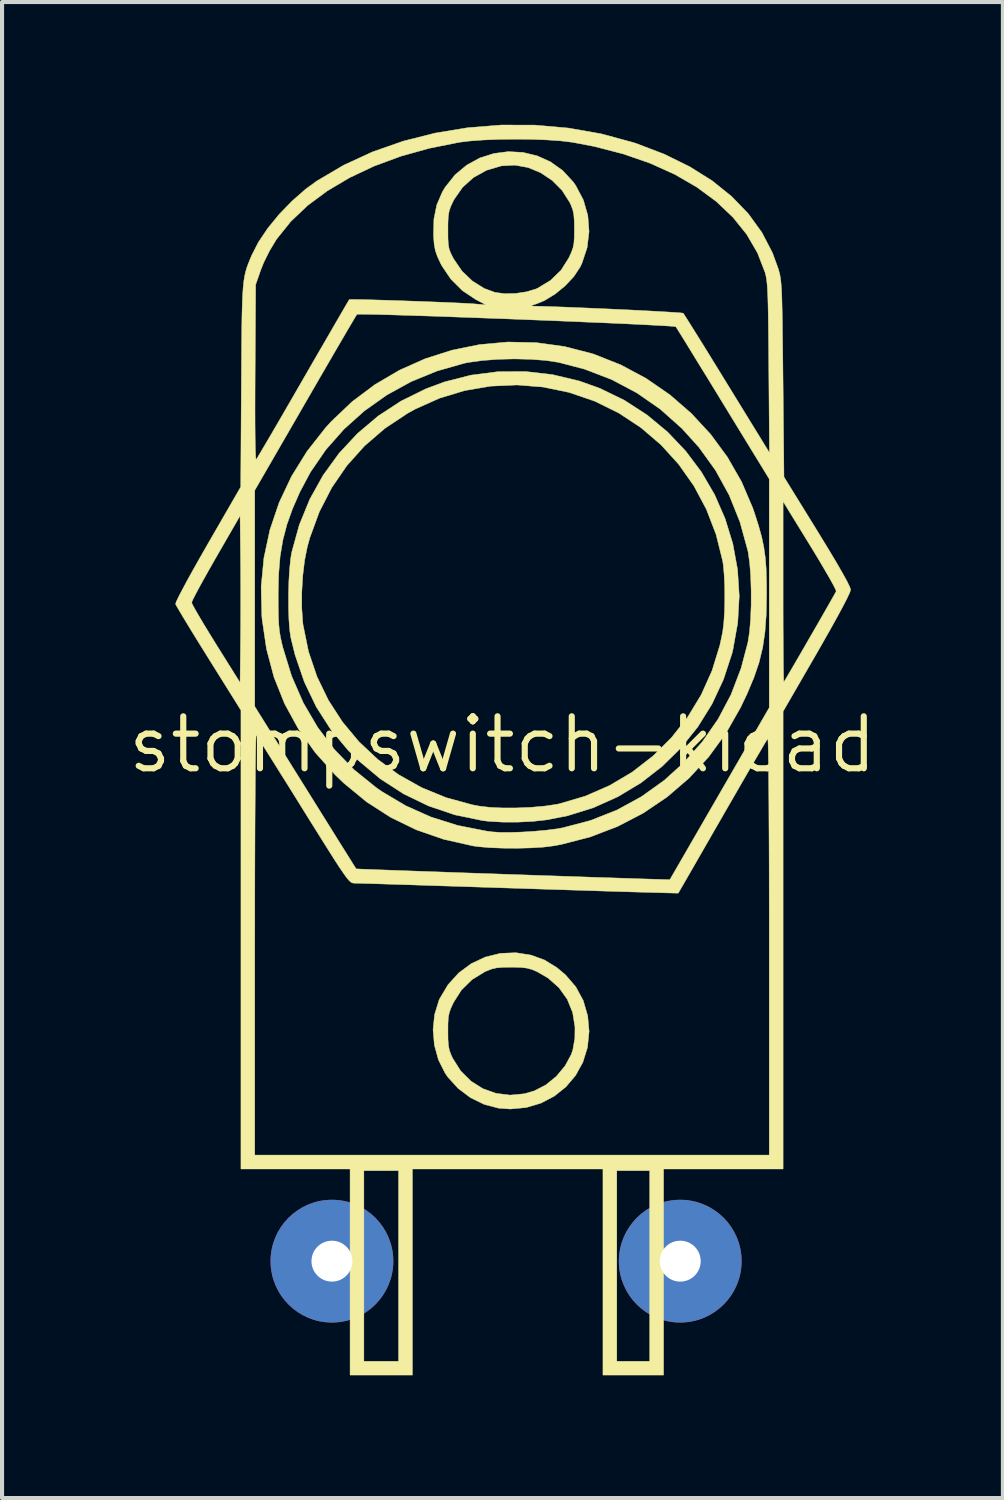
<source format=kicad_pcb>
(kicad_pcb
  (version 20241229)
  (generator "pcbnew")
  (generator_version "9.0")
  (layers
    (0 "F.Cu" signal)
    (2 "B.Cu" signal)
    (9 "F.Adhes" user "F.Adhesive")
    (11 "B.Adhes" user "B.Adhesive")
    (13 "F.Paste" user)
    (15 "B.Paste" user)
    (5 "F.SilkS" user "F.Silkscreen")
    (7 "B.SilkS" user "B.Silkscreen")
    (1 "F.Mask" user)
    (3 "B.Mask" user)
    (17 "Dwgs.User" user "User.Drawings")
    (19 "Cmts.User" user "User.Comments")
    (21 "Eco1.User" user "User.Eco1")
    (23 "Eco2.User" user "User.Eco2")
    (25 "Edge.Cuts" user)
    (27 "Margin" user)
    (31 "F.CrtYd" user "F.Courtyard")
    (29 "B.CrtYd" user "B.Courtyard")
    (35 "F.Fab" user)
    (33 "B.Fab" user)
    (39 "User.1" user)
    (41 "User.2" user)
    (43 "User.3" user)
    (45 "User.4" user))
  (footprint "stompswitch-kicad"
    (layer "F.Cu")
    (at 9.23 15.146)
    (property "Reference" "stompswitch-kicad" (at 0 0 0) (layer "F.SilkS") (effects (font (size 1.27 1.27) (thickness 0.15))))
    (attr through_hole)
    (fp_poly (pts (xy 0.7 5.146) (xy 1.025 5.264) (xy 1.327 5.449) (xy 1.538 5.626) (xy 1.791 5.919) (xy 1.974 6.257) (xy 2.083 6.632) (xy 2.117 7.011) (xy 2.077 7.402) (xy 1.965 7.763) (xy 1.787 8.086) (xy 1.551 8.365) (xy 1.266 8.593) (xy 0.939 8.764) (xy 0.579 8.871) (xy 0.192 8.907) (xy -0.097 8.886) (xy -0.447 8.794) (xy -0.782 8.63) (xy -1.084 8.403) (xy -1.336 8.126) (xy -1.399 8.035) (xy -1.565 7.706) (xy -1.665 7.343) (xy -1.693 7.006) (xy -1.333 7.006) (xy -1.331 7.211) (xy -1.32 7.358) (xy -1.297 7.474) (xy -1.255 7.585) (xy -1.214 7.672) (xy -1.02 7.978) (xy -0.772 8.224) (xy -0.482 8.408) (xy -0.16 8.523) (xy 0.182 8.567) (xy 0.533 8.534) (xy 0.775 8.464) (xy 1.059 8.318) (xy 1.316 8.109) (xy 1.529 7.854) (xy 1.681 7.573) (xy 1.719 7.461) (xy 1.768 7.185) (xy 1.772 6.906) (xy 1.715 6.549) (xy 1.583 6.225) (xy 1.38 5.941) (xy 1.111 5.704) (xy 0.847 5.551) (xy 0.719 5.497) (xy 0.598 5.464) (xy 0.456 5.447) (xy 0.264 5.441) (xy 0.212 5.441) (xy 0.007 5.444) (xy -0.142 5.457) (xy -0.264 5.485) (xy -0.388 5.533) (xy -0.431 5.552) (xy -0.745 5.745) (xy -1.004 6) (xy -1.196 6.302) (xy -1.26 6.439) (xy -1.3 6.552) (xy -1.323 6.669) (xy -1.332 6.818) (xy -1.333 7.006) (xy -1.693 7.006) (xy -1.697 6.968) (xy -1.659 6.597) (xy -1.552 6.249) (xy -1.535 6.211) (xy -1.33 5.868) (xy -1.07 5.581) (xy -0.763 5.354) (xy -0.42 5.193) (xy -0.052 5.102) (xy 0.332 5.087) (xy 0.7 5.146)) (stroke (width 0.01) (type solid)) (fill yes) (layer "F.SilkS"))
    (fp_poly (pts (xy 1.223 -9.041) (xy 1.875 -8.886) (xy 2.378 -8.707) (xy 2.981 -8.413) (xy 3.534 -8.055) (xy 4.035 -7.639) (xy 4.478 -7.172) (xy 4.863 -6.659) (xy 5.185 -6.106) (xy 5.441 -5.521) (xy 5.629 -4.909) (xy 5.745 -4.276) (xy 5.786 -3.629) (xy 5.749 -2.973) (xy 5.631 -2.315) (xy 5.61 -2.228) (xy 5.401 -1.59) (xy 5.12 -0.989) (xy 4.773 -0.431) (xy 4.364 0.079) (xy 3.899 0.536) (xy 3.384 0.936) (xy 2.824 1.273) (xy 2.224 1.543) (xy 1.591 1.74) (xy 1.09 1.839) (xy 0.746 1.877) (xy 0.37 1.896) (xy -0.003 1.895) (xy -0.343 1.875) (xy -0.486 1.858) (xy -1.164 1.718) (xy -1.808 1.5) (xy -2.416 1.206) (xy -2.987 0.837) (xy -3.52 0.391) (xy -3.769 0.144) (xy -4.193 -0.362) (xy -4.55 -0.919) (xy -4.842 -1.528) (xy -5.069 -2.19) (xy -5.171 -2.603) (xy -5.2 -2.795) (xy -5.219 -3.05) (xy -5.228 -3.33) (xy -4.905 -3.33) (xy -4.88 -2.976) (xy -4.872 -2.916) (xy -4.74 -2.272) (xy -4.533 -1.66) (xy -4.255 -1.085) (xy -3.911 -0.554) (xy -3.507 -0.069) (xy -3.047 0.363) (xy -2.535 0.738) (xy -1.977 1.051) (xy -1.377 1.297) (xy -0.74 1.471) (xy -0.574 1.503) (xy -0.314 1.534) (xy 0.004 1.549) (xy 0.352 1.548) (xy 0.706 1.533) (xy 1.038 1.503) (xy 1.323 1.461) (xy 1.397 1.445) (xy 2.029 1.258) (xy 2.622 0.998) (xy 3.174 0.67) (xy 3.678 0.279) (xy 4.129 -0.169) (xy 4.524 -0.669) (xy 4.856 -1.216) (xy 5.121 -1.806) (xy 5.314 -2.432) (xy 5.381 -2.752) (xy 5.408 -2.967) (xy 5.426 -3.238) (xy 5.433 -3.541) (xy 5.431 -3.85) (xy 5.418 -4.139) (xy 5.397 -4.383) (xy 5.381 -4.487) (xy 5.219 -5.136) (xy 4.983 -5.749) (xy 4.678 -6.321) (xy 4.307 -6.848) (xy 3.876 -7.323) (xy 3.387 -7.742) (xy 2.847 -8.099) (xy 2.258 -8.39) (xy 2.244 -8.395) (xy 1.626 -8.606) (xy 0.992 -8.737) (xy 0.351 -8.788) (xy -0.289 -8.759) (xy -0.921 -8.651) (xy -1.537 -8.465) (xy -2.128 -8.201) (xy -2.317 -8.097) (xy -2.875 -7.726) (xy -3.372 -7.298) (xy -3.805 -6.814) (xy -4.173 -6.277) (xy -4.475 -5.69) (xy -4.708 -5.054) (xy -4.769 -4.835) (xy -4.835 -4.506) (xy -4.881 -4.125) (xy -4.905 -3.723) (xy -4.905 -3.33) (xy -5.228 -3.33) (xy -5.228 -3.347) (xy -5.229 -3.665) (xy -5.221 -3.984) (xy -5.203 -4.281) (xy -5.178 -4.537) (xy -5.151 -4.699) (xy -4.967 -5.366) (xy -4.71 -5.995) (xy -4.384 -6.58) (xy -3.995 -7.117) (xy -3.545 -7.601) (xy -3.039 -8.029) (xy -2.481 -8.394) (xy -1.875 -8.693) (xy -1.418 -8.863) (xy -0.771 -9.028) (xy -0.109 -9.113) (xy 0.559 -9.117) (xy 1.223 -9.041)) (stroke (width 0.01) (type solid)) (fill yes) (layer "F.SilkS"))
    (fp_poly (pts (xy 0.822 -9.823) (xy 1.51 -9.729) (xy 2.188 -9.555) (xy 2.234 -9.54) (xy 2.891 -9.28) (xy 3.511 -8.948) (xy 4.087 -8.551) (xy 4.614 -8.094) (xy 5.087 -7.583) (xy 5.498 -7.024) (xy 5.843 -6.422) (xy 6.116 -5.783) (xy 6.159 -5.658) (xy 6.258 -5.349) (xy 6.333 -5.079) (xy 6.386 -4.828) (xy 6.422 -4.573) (xy 6.444 -4.293) (xy 6.453 -3.968) (xy 6.455 -3.662) (xy 6.446 -3.178) (xy 6.415 -2.755) (xy 6.359 -2.372) (xy 6.271 -2.007) (xy 6.146 -1.64) (xy 5.981 -1.247) (xy 5.821 -0.91) (xy 5.462 -0.278) (xy 5.04 0.3) (xy 4.56 0.82) (xy 4.025 1.28) (xy 3.441 1.675) (xy 2.811 2.003) (xy 2.14 2.259) (xy 1.432 2.442) (xy 1.254 2.475) (xy 1.009 2.506) (xy 0.705 2.525) (xy 0.369 2.534) (xy 0.025 2.532) (xy -0.3 2.52) (xy -0.582 2.496) (xy -0.72 2.477) (xy -1.436 2.316) (xy -2.106 2.084) (xy -2.733 1.779) (xy -3.321 1.401) (xy -3.873 0.947) (xy -4.086 0.743) (xy -4.577 0.195) (xy -4.99 -0.385) (xy -5.326 -0.999) (xy -5.585 -1.648) (xy -5.767 -2.334) (xy -5.874 -3.057) (xy -5.882 -3.144) (xy -5.894 -3.67) (xy -5.481 -3.67) (xy -5.481 -3.641) (xy -5.479 -3.344) (xy -5.475 -3.114) (xy -5.466 -2.931) (xy -5.451 -2.778) (xy -5.428 -2.635) (xy -5.396 -2.486) (xy -5.367 -2.369) (xy -5.152 -1.671) (xy -4.868 -1.021) (xy -4.517 -0.421) (xy -4.102 0.127) (xy -3.623 0.619) (xy -3.081 1.056) (xy -2.947 1.149) (xy -2.362 1.496) (xy -1.749 1.77) (xy -1.098 1.975) (xy -0.4 2.113) (xy -0.254 2.133) (xy -0.063 2.146) (xy 0.188 2.147) (xy 0.476 2.138) (xy 0.777 2.119) (xy 1.067 2.093) (xy 1.324 2.061) (xy 1.468 2.035) (xy 2.154 1.854) (xy 2.795 1.601) (xy 3.394 1.274) (xy 3.953 0.874) (xy 4.425 0.447) (xy 4.884 -0.069) (xy 5.27 -0.624) (xy 5.585 -1.221) (xy 5.831 -1.865) (xy 5.998 -2.498) (xy 6.037 -2.748) (xy 6.063 -3.058) (xy 6.077 -3.406) (xy 6.077 -3.766) (xy 6.066 -4.118) (xy 6.041 -4.436) (xy 6.004 -4.699) (xy 5.995 -4.741) (xy 5.803 -5.44) (xy 5.541 -6.093) (xy 5.207 -6.701) (xy 4.8 -7.266) (xy 4.383 -7.727) (xy 3.855 -8.197) (xy 3.282 -8.595) (xy 2.666 -8.921) (xy 2.006 -9.174) (xy 1.376 -9.339) (xy 1.064 -9.387) (xy 0.695 -9.415) (xy 0.295 -9.425) (xy -0.11 -9.415) (xy -0.494 -9.386) (xy -0.832 -9.339) (xy -0.928 -9.32) (xy -1.597 -9.13) (xy -2.232 -8.87) (xy -2.828 -8.542) (xy -3.378 -8.152) (xy -3.876 -7.705) (xy -4.317 -7.205) (xy -4.693 -6.658) (xy -4.95 -6.176) (xy -5.131 -5.762) (xy -5.269 -5.375) (xy -5.368 -4.994) (xy -5.434 -4.598) (xy -5.47 -4.164) (xy -5.481 -3.67) (xy -5.894 -3.67) (xy -5.898 -3.857) (xy -5.831 -4.56) (xy -5.684 -5.247) (xy -5.458 -5.915) (xy -5.155 -6.556) (xy -4.776 -7.167) (xy -4.325 -7.741) (xy -4.185 -7.895) (xy -3.676 -8.379) (xy -3.119 -8.797) (xy -2.521 -9.148) (xy -1.89 -9.429) (xy -1.232 -9.639) (xy -0.556 -9.776) (xy 0.131 -9.838) (xy 0.822 -9.823)) (stroke (width 0.01) (type solid)) (fill yes) (layer "F.SilkS"))
    (fp_poly (pts (xy 0.793 -15.139) (xy 1.61 -15.067) (xy 2.413 -14.926) (xy 3.195 -14.714) (xy 3.269 -14.69) (xy 3.955 -14.428) (xy 4.573 -14.124) (xy 5.123 -13.78) (xy 5.601 -13.395) (xy 6.008 -12.973) (xy 6.341 -12.513) (xy 6.598 -12.018) (xy 6.738 -11.634) (xy 6.758 -11.565) (xy 6.776 -11.497) (xy 6.79 -11.422) (xy 6.802 -11.333) (xy 6.812 -11.223) (xy 6.821 -11.084) (xy 6.828 -10.908) (xy 6.833 -10.689) (xy 6.839 -10.419) (xy 6.843 -10.091) (xy 6.848 -9.697) (xy 6.853 -9.229) (xy 6.856 -8.932) (xy 6.879 -6.54) (xy 7.694 -5.22) (xy 7.941 -4.816) (xy 8.145 -4.476) (xy 8.304 -4.201) (xy 8.419 -3.993) (xy 8.487 -3.853) (xy 8.509 -3.784) (xy 8.487 -3.715) (xy 8.423 -3.577) (xy 8.319 -3.375) (xy 8.177 -3.112) (xy 7.999 -2.792) (xy 7.787 -2.419) (xy 7.684 -2.239) (xy 6.858 -0.81) (xy 6.858 10.372) (xy 3.937 10.372) (xy 3.937 15.409) (xy 2.455 15.409) (xy 2.455 10.414) (xy 2.794 10.414) (xy 2.794 15.071) (xy 3.598 15.071) (xy 3.598 10.414) (xy 2.794 10.414) (xy 2.455 10.414) (xy 2.455 10.372) (xy -2.201 10.372) (xy -2.201 15.409) (xy -3.725 15.409) (xy -3.725 10.414) (xy -3.387 10.414) (xy -3.387 15.071) (xy -2.54 15.071) (xy -2.54 10.414) (xy -3.387 10.414) (xy -3.725 10.414) (xy -3.725 10.372) (xy -6.392 10.372) (xy -6.392 4.881) (xy -6.054 4.881) (xy -6.054 10.033) (xy 6.519 10.033) (xy 6.519 4.923) (xy 6.519 4.244) (xy 6.518 3.597) (xy 6.517 2.985) (xy 6.515 2.414) (xy 6.512 1.889) (xy 6.51 1.413) (xy 6.506 0.991) (xy 6.503 0.629) (xy 6.499 0.33) (xy 6.495 0.1) (xy 6.49 -0.057) (xy 6.485 -0.137) (xy 6.483 -0.146) (xy 6.455 -0.102) (xy 6.389 0.007) (xy 6.29 0.177) (xy 6.16 0.398) (xy 6.005 0.664) (xy 5.829 0.969) (xy 5.636 1.304) (xy 5.429 1.662) (xy 5.375 1.757) (xy 5.166 2.119) (xy 4.971 2.459) (xy 4.793 2.769) (xy 4.636 3.042) (xy 4.504 3.271) (xy 4.401 3.45) (xy 4.331 3.571) (xy 4.298 3.627) (xy 4.296 3.63) (xy 4.254 3.631) (xy 4.133 3.628) (xy 3.939 3.623) (xy 3.678 3.616) (xy 3.357 3.607) (xy 2.98 3.596) (xy 2.554 3.583) (xy 2.085 3.568) (xy 1.579 3.552) (xy 1.042 3.535) (xy 0.479 3.517) (xy 0.398 3.514) (xy -0.171 3.496) (xy -0.718 3.478) (xy -1.237 3.461) (xy -1.721 3.446) (xy -2.164 3.431) (xy -2.56 3.419) (xy -2.903 3.408) (xy -3.187 3.399) (xy -3.405 3.393) (xy -3.552 3.389) (xy -3.621 3.387) (xy -3.623 3.387) (xy -3.654 3.385) (xy -3.686 3.374) (xy -3.722 3.349) (xy -3.766 3.304) (xy -3.823 3.233) (xy -3.897 3.129) (xy -3.992 2.989) (xy -4.112 2.804) (xy -4.26 2.57) (xy -4.442 2.28) (xy -4.662 1.929) (xy -4.868 1.598) (xy -5.087 1.245) (xy -5.294 0.914) (xy -5.484 0.612) (xy -5.651 0.344) (xy -5.793 0.12) (xy -5.904 -0.055) (xy -5.979 -0.174) (xy -6.015 -0.228) (xy -6.017 -0.231) (xy -6.022 -0.194) (xy -6.027 -0.078) (xy -6.031 0.112) (xy -6.035 0.373) (xy -6.039 0.698) (xy -6.042 1.084) (xy -6.045 1.524) (xy -6.048 2.015) (xy -6.05 2.551) (xy -6.052 3.127) (xy -6.053 3.738) (xy -6.053 4.379) (xy -6.054 4.881) (xy -6.392 4.881) (xy -6.392 -0.838) (xy -7.182 -2.102) (xy -7.366 -2.398) (xy -7.537 -2.674) (xy -7.687 -2.92) (xy -7.813 -3.128) (xy -7.909 -3.29) (xy -7.97 -3.395) (xy -7.99 -3.435) (xy -7.979 -3.47) (xy -7.596 -3.47) (xy -7.574 -3.417) (xy -7.512 -3.304) (xy -7.417 -3.139) (xy -7.295 -2.933) (xy -7.151 -2.697) (xy -7.004 -2.459) (xy -6.413 -1.514) (xy -6.402 -2.535) (xy -6.399 -2.906) (xy -6.398 -3.328) (xy -6.398 -3.767) (xy -6.399 -4.189) (xy -6.402 -4.562) (xy -6.402 -4.574) (xy -6.413 -5.591) (xy -7.006 -4.563) (xy -7.16 -4.293) (xy -7.299 -4.045) (xy -7.418 -3.829) (xy -7.51 -3.655) (xy -7.572 -3.533) (xy -7.596 -3.472) (xy -7.596 -3.47) (xy -7.979 -3.47) (xy -7.974 -3.487) (xy -7.919 -3.604) (xy -7.829 -3.777) (xy -7.71 -4) (xy -7.564 -4.264) (xy -7.397 -4.56) (xy -7.213 -4.882) (xy -7.203 -4.9) (xy -6.445 -6.213) (xy -6.054 -6.213) (xy -6.054 -0.931) (xy -4.819 1.048) (xy -4.588 1.418) (xy -4.371 1.766) (xy -4.172 2.085) (xy -3.995 2.369) (xy -3.843 2.611) (xy -3.722 2.805) (xy -3.635 2.945) (xy -3.586 3.023) (xy -3.577 3.037) (xy -3.535 3.04) (xy -3.416 3.045) (xy -3.227 3.052) (xy -2.975 3.062) (xy -2.667 3.073) (xy -2.311 3.086) (xy -1.914 3.1) (xy -1.483 3.115) (xy -1.026 3.132) (xy -0.549 3.148) (xy -0.061 3.165) (xy 0.432 3.182) (xy 0.923 3.199) (xy 1.404 3.215) (xy 1.868 3.231) (xy 2.307 3.246) (xy 2.715 3.259) (xy 3.084 3.271) (xy 3.407 3.282) (xy 3.677 3.29) (xy 3.885 3.296) (xy 3.897 3.297) (xy 4.09 3.302) (xy 6.519 -0.902) (xy 6.519 -3.725) (xy 6.858 -3.725) (xy 6.858 -3.302) (xy 6.859 -2.905) (xy 6.861 -2.544) (xy 6.863 -2.226) (xy 6.865 -1.957) (xy 6.868 -1.747) (xy 6.871 -1.603) (xy 6.874 -1.533) (xy 6.875 -1.528) (xy 6.9 -1.567) (xy 6.962 -1.671) (xy 7.055 -1.83) (xy 7.174 -2.034) (xy 7.314 -2.275) (xy 7.468 -2.542) (xy 7.514 -2.622) (xy 7.673 -2.897) (xy 7.818 -3.15) (xy 7.944 -3.37) (xy 8.046 -3.549) (xy 8.117 -3.676) (xy 8.153 -3.742) (xy 8.156 -3.748) (xy 8.139 -3.795) (xy 8.083 -3.905) (xy 7.993 -4.068) (xy 7.873 -4.274) (xy 7.731 -4.515) (xy 7.57 -4.782) (xy 7.516 -4.869) (xy 6.858 -5.94) (xy 6.858 -3.725) (xy 6.519 -3.725) (xy 6.519 -6.491) (xy 5.39 -8.336) (xy 5.171 -8.695) (xy 4.965 -9.031) (xy 4.775 -9.339) (xy 4.608 -9.612) (xy 4.467 -9.842) (xy 4.355 -10.022) (xy 4.278 -10.146) (xy 4.24 -10.206) (xy 4.237 -10.211) (xy 4.191 -10.218) (xy 4.068 -10.228) (xy 3.874 -10.239) (xy 3.618 -10.253) (xy 3.306 -10.269) (xy 2.946 -10.286) (xy 2.545 -10.304) (xy 2.11 -10.322) (xy 1.648 -10.342) (xy 1.167 -10.362) (xy 0.674 -10.381) (xy 0.176 -10.401) (xy -0.32 -10.419) (xy -0.806 -10.437) (xy -1.275 -10.454) (xy -1.72 -10.47) (xy -2.134 -10.483) (xy -2.509 -10.495) (xy -2.838 -10.505) (xy -3.114 -10.512) (xy -3.33 -10.516) (xy -3.477 -10.517) (xy -3.551 -10.515) (xy -3.557 -10.513) (xy -3.584 -10.471) (xy -3.649 -10.362) (xy -3.749 -10.193) (xy -3.879 -9.97) (xy -4.037 -9.7) (xy -4.217 -9.39) (xy -4.417 -9.046) (xy -4.632 -8.674) (xy -4.822 -8.345) (xy -6.054 -6.213) (xy -6.445 -6.213) (xy -6.397 -6.295) (xy -6.386 -8.182) (xy -6.048 -8.182) (xy -6.047 -7.812) (xy -6.044 -7.502) (xy -6.04 -7.258) (xy -6.034 -7.084) (xy -6.027 -6.985) (xy -6.02 -6.964) (xy -5.992 -7.008) (xy -5.926 -7.118) (xy -5.826 -7.288) (xy -5.695 -7.51) (xy -5.539 -7.777) (xy -5.361 -8.084) (xy -5.166 -8.421) (xy -4.957 -8.783) (xy -4.871 -8.932) (xy -4.658 -9.301) (xy -4.458 -9.647) (xy -4.274 -9.964) (xy -4.112 -10.245) (xy -3.974 -10.482) (xy -3.865 -10.67) (xy -3.789 -10.8) (xy -3.749 -10.867) (xy -3.744 -10.875) (xy -3.699 -10.877) (xy -3.582 -10.877) (xy -3.402 -10.874) (xy -3.173 -10.868) (xy -2.905 -10.86) (xy -2.61 -10.851) (xy -2.299 -10.84) (xy -1.985 -10.829) (xy -1.677 -10.817) (xy -1.389 -10.806) (xy -1.131 -10.794) (xy -0.916 -10.784) (xy -0.753 -10.775) (xy -0.677 -10.769) (xy -0.402 -10.745) (xy -0.656 -10.878) (xy -0.981 -11.095) (xy -1.262 -11.375) (xy -1.484 -11.704) (xy -1.514 -11.762) (xy -1.592 -11.931) (xy -1.641 -12.073) (xy -1.669 -12.222) (xy -1.684 -12.414) (xy -1.686 -12.453) (xy -1.683 -12.573) (xy -1.333 -12.573) (xy -1.332 -12.37) (xy -1.324 -12.227) (xy -1.305 -12.118) (xy -1.269 -12.018) (xy -1.211 -11.902) (xy -1.188 -11.861) (xy -0.988 -11.569) (xy -0.734 -11.327) (xy -0.442 -11.145) (xy -0.181 -11.05) (xy 0.053 -11.019) (xy 0.323 -11.025) (xy 0.593 -11.066) (xy 0.825 -11.137) (xy 0.856 -11.151) (xy 1.176 -11.345) (xy 1.431 -11.593) (xy 1.618 -11.887) (xy 1.682 -12.025) (xy 1.723 -12.139) (xy 1.746 -12.255) (xy 1.755 -12.403) (xy 1.757 -12.594) (xy 1.754 -12.8) (xy 1.743 -12.948) (xy 1.719 -13.064) (xy 1.678 -13.175) (xy 1.642 -13.252) (xy 1.457 -13.542) (xy 1.216 -13.785) (xy 0.934 -13.974) (xy 0.625 -14.102) (xy 0.301 -14.16) (xy -0.024 -14.142) (xy -0.027 -14.142) (xy -0.389 -14.035) (xy -0.707 -13.859) (xy -0.974 -13.62) (xy -1.182 -13.323) (xy -1.214 -13.26) (xy -1.269 -13.141) (xy -1.304 -13.034) (xy -1.324 -12.916) (xy -1.332 -12.76) (xy -1.333 -12.573) (xy -1.683 -12.573) (xy -1.676 -12.844) (xy -1.606 -13.189) (xy -1.469 -13.507) (xy -1.399 -13.623) (xy -1.158 -13.925) (xy -0.873 -14.162) (xy -0.554 -14.336) (xy -0.212 -14.445) (xy 0.142 -14.491) (xy 0.498 -14.472) (xy 0.845 -14.389) (xy 1.172 -14.242) (xy 1.47 -14.03) (xy 1.726 -13.753) (xy 1.791 -13.661) (xy 1.977 -13.308) (xy 2.086 -12.929) (xy 2.116 -12.538) (xy 2.069 -12.146) (xy 1.942 -11.763) (xy 1.896 -11.667) (xy 1.743 -11.436) (xy 1.531 -11.21) (xy 1.283 -11.007) (xy 1.023 -10.849) (xy 0.836 -10.772) (xy 0.732 -10.738) (xy 0.703 -10.721) (xy 0.745 -10.715) (xy 0.783 -10.714) (xy 0.971 -10.71) (xy 1.212 -10.702) (xy 1.495 -10.692) (xy 1.81 -10.679) (xy 2.146 -10.665) (xy 2.493 -10.65) (xy 2.841 -10.634) (xy 3.179 -10.618) (xy 3.496 -10.602) (xy 3.783 -10.586) (xy 4.029 -10.572) (xy 4.222 -10.56) (xy 4.354 -10.55) (xy 4.414 -10.543) (xy 4.416 -10.542) (xy 4.445 -10.5) (xy 4.513 -10.394) (xy 4.616 -10.229) (xy 4.75 -10.015) (xy 4.911 -9.757) (xy 5.092 -9.463) (xy 5.291 -9.14) (xy 5.487 -8.821) (xy 6.524 -7.133) (xy 6.508 -9.207) (xy 6.504 -9.689) (xy 6.5 -10.094) (xy 6.496 -10.429) (xy 6.491 -10.703) (xy 6.485 -10.924) (xy 6.477 -11.1) (xy 6.468 -11.237) (xy 6.457 -11.345) (xy 6.443 -11.43) (xy 6.427 -11.501) (xy 6.418 -11.536) (xy 6.232 -12.016) (xy 5.969 -12.467) (xy 5.632 -12.886) (xy 5.225 -13.272) (xy 4.751 -13.621) (xy 4.213 -13.933) (xy 3.614 -14.204) (xy 2.958 -14.432) (xy 2.248 -14.616) (xy 1.714 -14.718) (xy 1.438 -14.752) (xy 1.098 -14.776) (xy 0.717 -14.791) (xy 0.315 -14.795) (xy -0.086 -14.79) (xy -0.466 -14.775) (xy -0.802 -14.75) (xy -1.053 -14.719) (xy -1.789 -14.572) (xy -2.486 -14.377) (xy -3.138 -14.136) (xy -3.738 -13.853) (xy -4.281 -13.531) (xy -4.762 -13.174) (xy -5.174 -12.783) (xy -5.512 -12.362) (xy -5.537 -12.325) (xy -5.697 -12.059) (xy -5.835 -11.779) (xy -5.907 -11.599) (xy -6.032 -11.239) (xy -6.045 -9.081) (xy -6.047 -8.606) (xy -6.048 -8.182) (xy -6.386 -8.182) (xy -6.382 -8.767) (xy -6.379 -9.302) (xy -6.376 -9.76) (xy -6.372 -10.148) (xy -6.367 -10.474) (xy -6.36 -10.746) (xy -6.351 -10.97) (xy -6.339 -11.154) (xy -6.324 -11.307) (xy -6.304 -11.435) (xy -6.28 -11.546) (xy -6.251 -11.647) (xy -6.215 -11.746) (xy -6.173 -11.851) (xy -6.131 -11.952) (xy -5.965 -12.277) (xy -5.736 -12.618) (xy -5.457 -12.959) (xy -5.143 -13.283) (xy -4.81 -13.575) (xy -4.541 -13.771) (xy -3.882 -14.159) (xy -3.175 -14.485) (xy -2.426 -14.747) (xy -1.646 -14.944) (xy -0.844 -15.076) (xy -0.028 -15.141) (xy 0.793 -15.139)) (stroke (width 0.01) (type solid)) (fill yes) (layer "F.SilkS"))
    (pad "1" thru_hole circle (at -4.168 12.625) (size 3 3) (drill 1) (layers "*.Cu" "*.Mask"))
    (pad "2" thru_hole circle (at 4.344 12.625) (size 3 3) (drill 1) (layers "*.Cu" "*.Mask")))
  (gr_rect
    (start -3 -3)
    (end 21.46 33.561)
    (stroke (width 0.1) (type default))
    (fill no)
    (layer "Edge.Cuts")))
</source>
